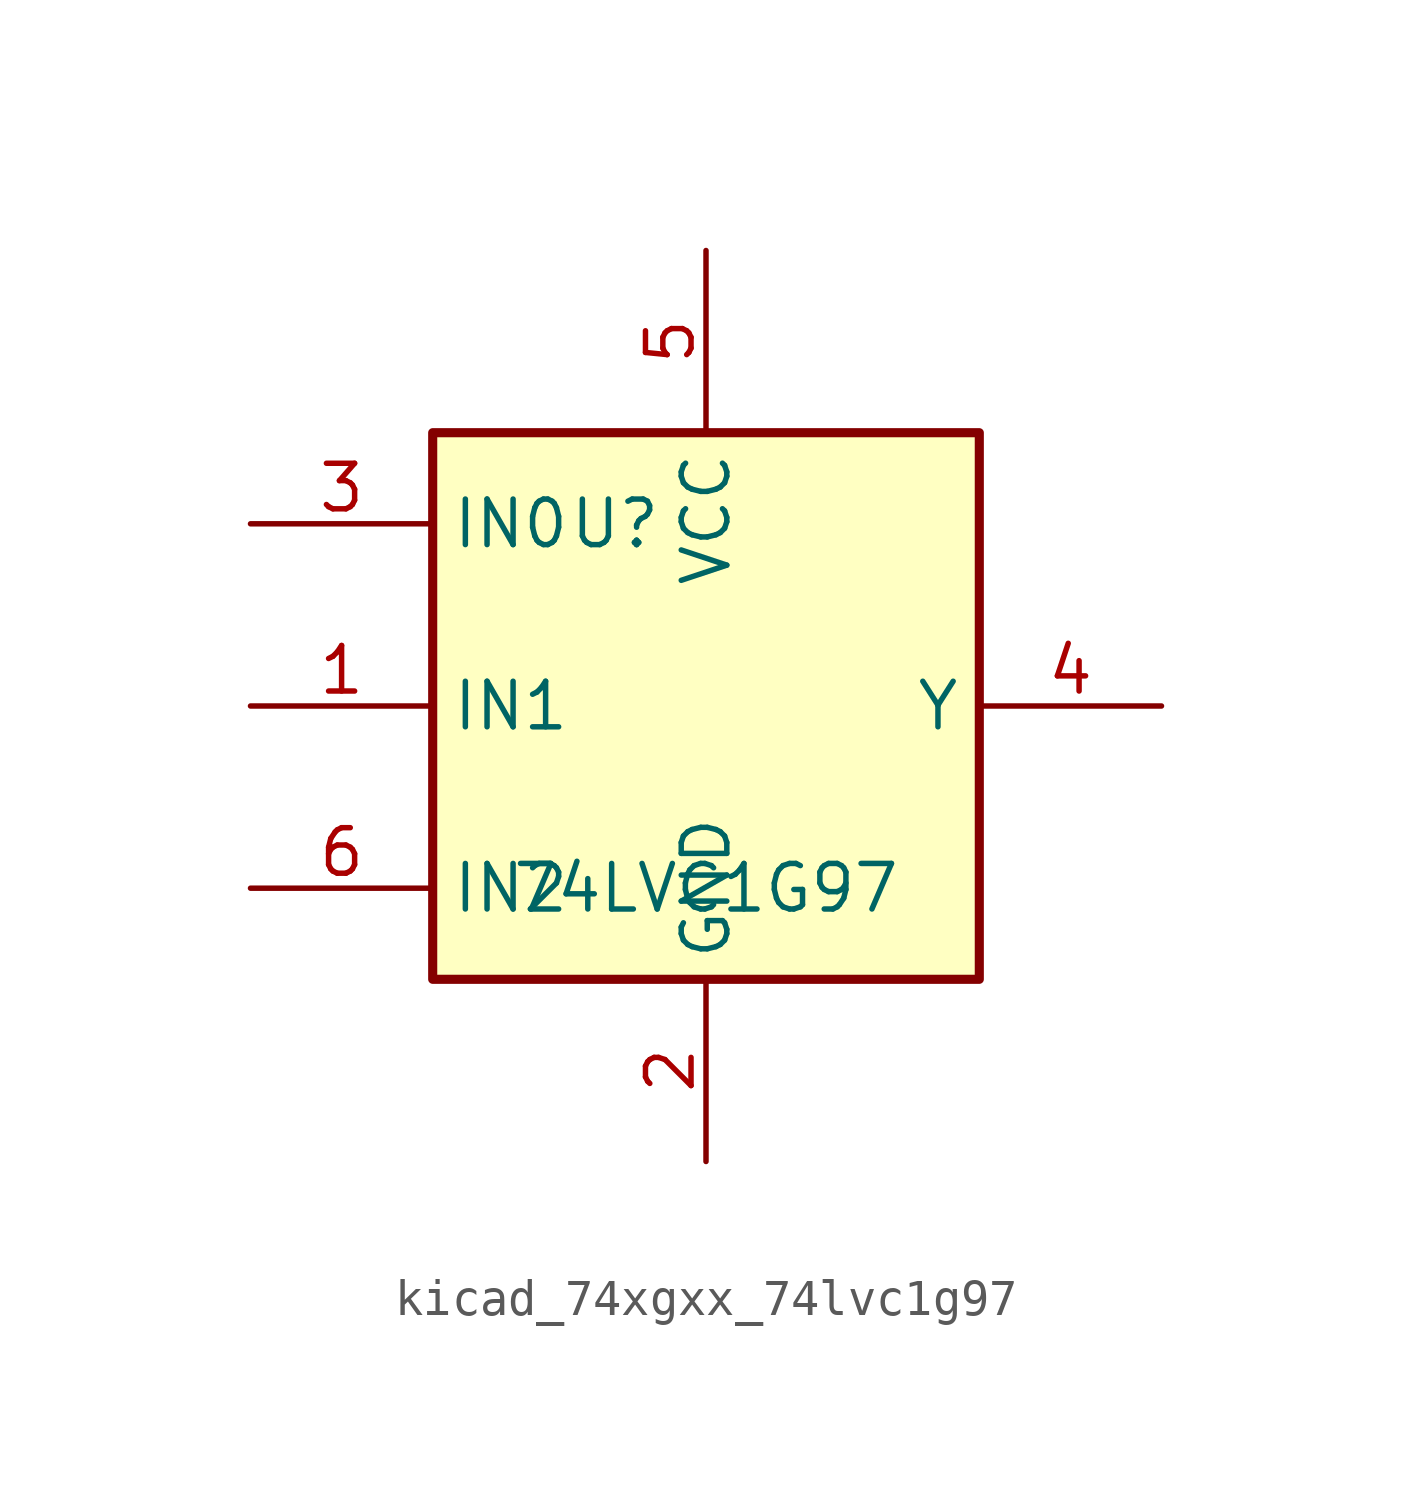
<source format=kicad_sym>
(kicad_symbol_lib
  (version 20220914)
  (generator kicad_symbol_editor)
  (symbol "kicad_74xgxx_74lvc1g97"
    (property "Reference" "U"
      (at -2.54 5.08 0)
      (effects (font (size 1.27 1.27))))
    (property "Value" "74LVC1G97"
      (at 0 -5.08 0)
      (effects (font (size 1.27 1.27))))
    (symbol "kicad_74xgxx_74lvc1g97_0_1"
      (rectangle (start -7.62 7.62) (end 7.62 -7.62) (stroke (width 0.254) (type default)) (fill (type background))))
    (symbol "kicad_74xgxx_74lvc1g97_1_1"
      (pin input line (at -12.7 0 0) (length 5.08) (name "IN1" (effects (font (size 1.27 1.27)))) (number "1" (effects (font (size 1.27 1.27)))))
      (pin power_in line (at 0 -12.7 90) (length 5.08) (name "GND" (effects (font (size 1.27 1.27)))) (number "2" (effects (font (size 1.27 1.27)))))
      (pin input line (at -12.7 5.08 0) (length 5.08) (name "IN0" (effects (font (size 1.27 1.27)))) (number "3" (effects (font (size 1.27 1.27)))))
      (pin output line (at 12.7 0 180) (length 5.08) (name "Y" (effects (font (size 1.27 1.27)))) (number "4" (effects (font (size 1.27 1.27)))))
      (pin power_in line (at 0 12.7 270) (length 5.08) (name "VCC" (effects (font (size 1.27 1.27)))) (number "5" (effects (font (size 1.27 1.27)))))
      (pin input line (at -12.7 -5.08 0) (length 5.08) (name "IN2" (effects (font (size 1.27 1.27)))) (number "6" (effects (font (size 1.27 1.27))))))))
</source>
